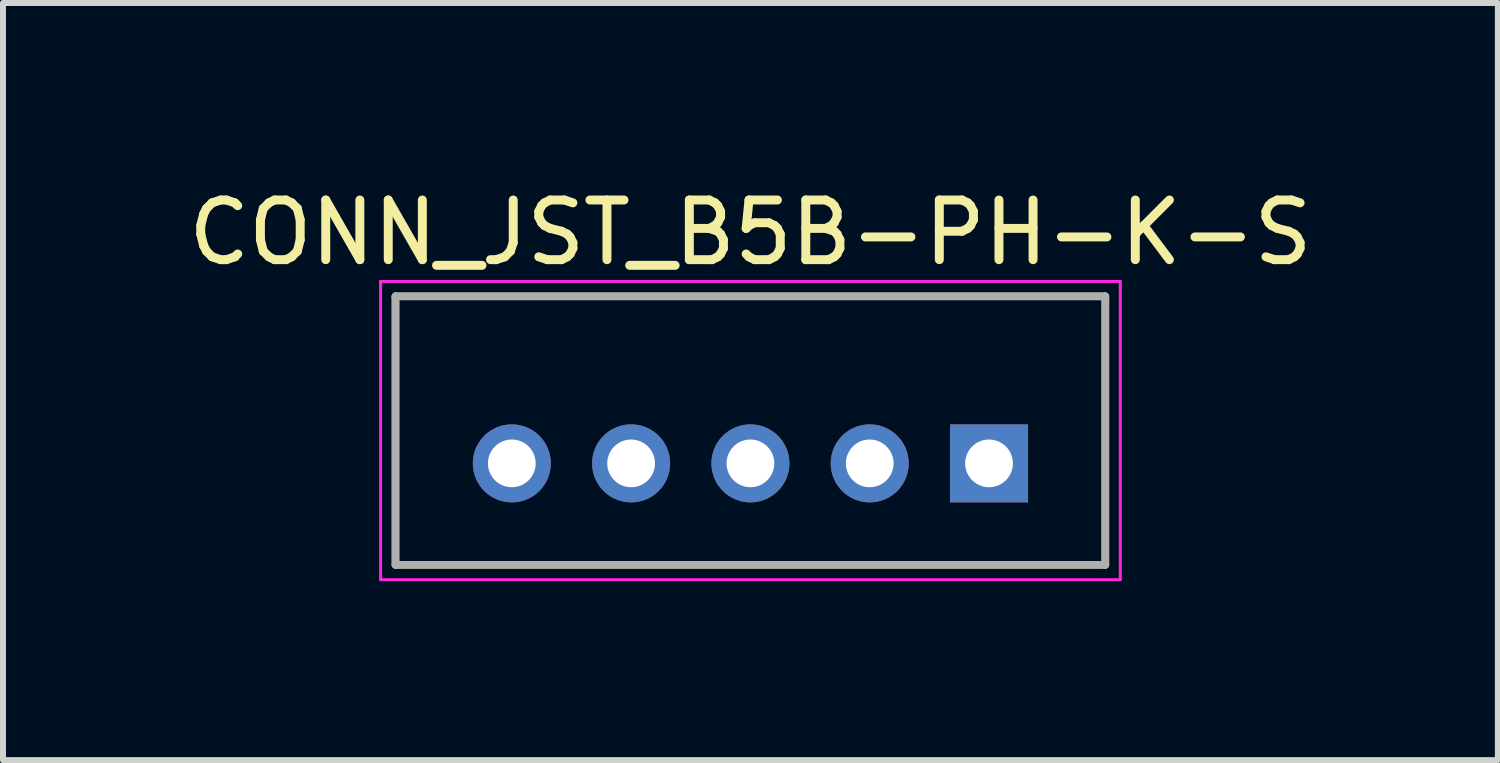
<source format=kicad_pcb>
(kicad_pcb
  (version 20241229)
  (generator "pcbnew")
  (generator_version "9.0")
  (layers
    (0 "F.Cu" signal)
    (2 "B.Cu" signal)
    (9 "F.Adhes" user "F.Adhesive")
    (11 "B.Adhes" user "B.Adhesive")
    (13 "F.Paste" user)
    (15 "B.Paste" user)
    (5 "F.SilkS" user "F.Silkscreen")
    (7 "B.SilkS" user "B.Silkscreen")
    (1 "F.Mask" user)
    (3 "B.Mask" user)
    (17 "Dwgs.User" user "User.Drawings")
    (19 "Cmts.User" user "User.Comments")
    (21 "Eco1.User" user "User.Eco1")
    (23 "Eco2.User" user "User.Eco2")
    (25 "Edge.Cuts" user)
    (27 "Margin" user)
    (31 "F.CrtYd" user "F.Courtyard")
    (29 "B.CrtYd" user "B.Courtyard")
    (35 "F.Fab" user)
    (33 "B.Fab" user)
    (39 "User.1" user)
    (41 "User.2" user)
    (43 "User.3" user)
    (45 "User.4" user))
  (footprint "CONN_JST_B5B-PH-K-S"
    (layer "F.Cu")
    (at 9.53 4.168)
    (property "Reference" "CONN_JST_B5B-PH-K-S" (at 0 -3.32 0) (layer "F.SilkS") (effects (font (size 1 1) (thickness 0.15))))
    (attr through_hole)
    (fp_line (start -5.95 -2.25) (end 5.95 -2.25) (stroke (width 0.127) (type solid)) (layer "F.SilkS"))
    (fp_line (start -5.95 2.25) (end -5.95 -2.25) (stroke (width 0.127) (type solid)) (layer "F.SilkS"))
    (fp_line (start 5.95 -2.25) (end 5.95 2.25) (stroke (width 0.127) (type solid)) (layer "F.SilkS"))
    (fp_line (start 5.95 2.25) (end -5.95 2.25) (stroke (width 0.127) (type solid)) (layer "F.SilkS"))
    (fp_line (start -6.2 -2.5) (end 6.2 -2.5) (stroke (width 0.05) (type solid)) (layer "F.CrtYd"))
    (fp_line (start -6.2 2.5) (end -6.2 -2.5) (stroke (width 0.05) (type solid)) (layer "F.CrtYd"))
    (fp_line (start 6.2 -2.5) (end 6.2 2.5) (stroke (width 0.05) (type solid)) (layer "F.CrtYd"))
    (fp_line (start 6.2 2.5) (end -6.2 2.5) (stroke (width 0.05) (type solid)) (layer "F.CrtYd"))
    (fp_line (start -5.95 -2.25) (end 5.95 -2.25) (stroke (width 0.127) (type solid)) (layer "F.Fab"))
    (fp_line (start -5.95 2.25) (end -5.95 -2.25) (stroke (width 0.127) (type solid)) (layer "F.Fab"))
    (fp_line (start 5.95 -2.25) (end 5.95 2.25) (stroke (width 0.127) (type solid)) (layer "F.Fab"))
    (fp_line (start 5.95 2.25) (end -5.95 2.25) (stroke (width 0.127) (type solid)) (layer "F.Fab"))
    (pad "1" thru_hole rect (at 4 0.55) (size 1.308 1.308) (drill 0.8) (layers "*.Cu" "*.Mask"))
    (pad "2" thru_hole circle (at 2 0.55) (size 1.308 1.308) (drill 0.8) (layers "*.Cu" "*.Mask"))
    (pad "3" thru_hole circle (at 0 0.55) (size 1.308 1.308) (drill 0.8) (layers "*.Cu" "*.Mask"))
    (pad "4" thru_hole circle (at -2 0.55) (size 1.308 1.308) (drill 0.8) (layers "*.Cu" "*.Mask"))
    (pad "5" thru_hole circle (at -4 0.55) (size 1.308 1.308) (drill 0.8) (layers "*.Cu" "*.Mask")))
  (gr_rect
    (start -3 -3)
    (end 22.06 9.693)
    (stroke (width 0.1) (type default))
    (fill no)
    (layer "Edge.Cuts")))
</source>
